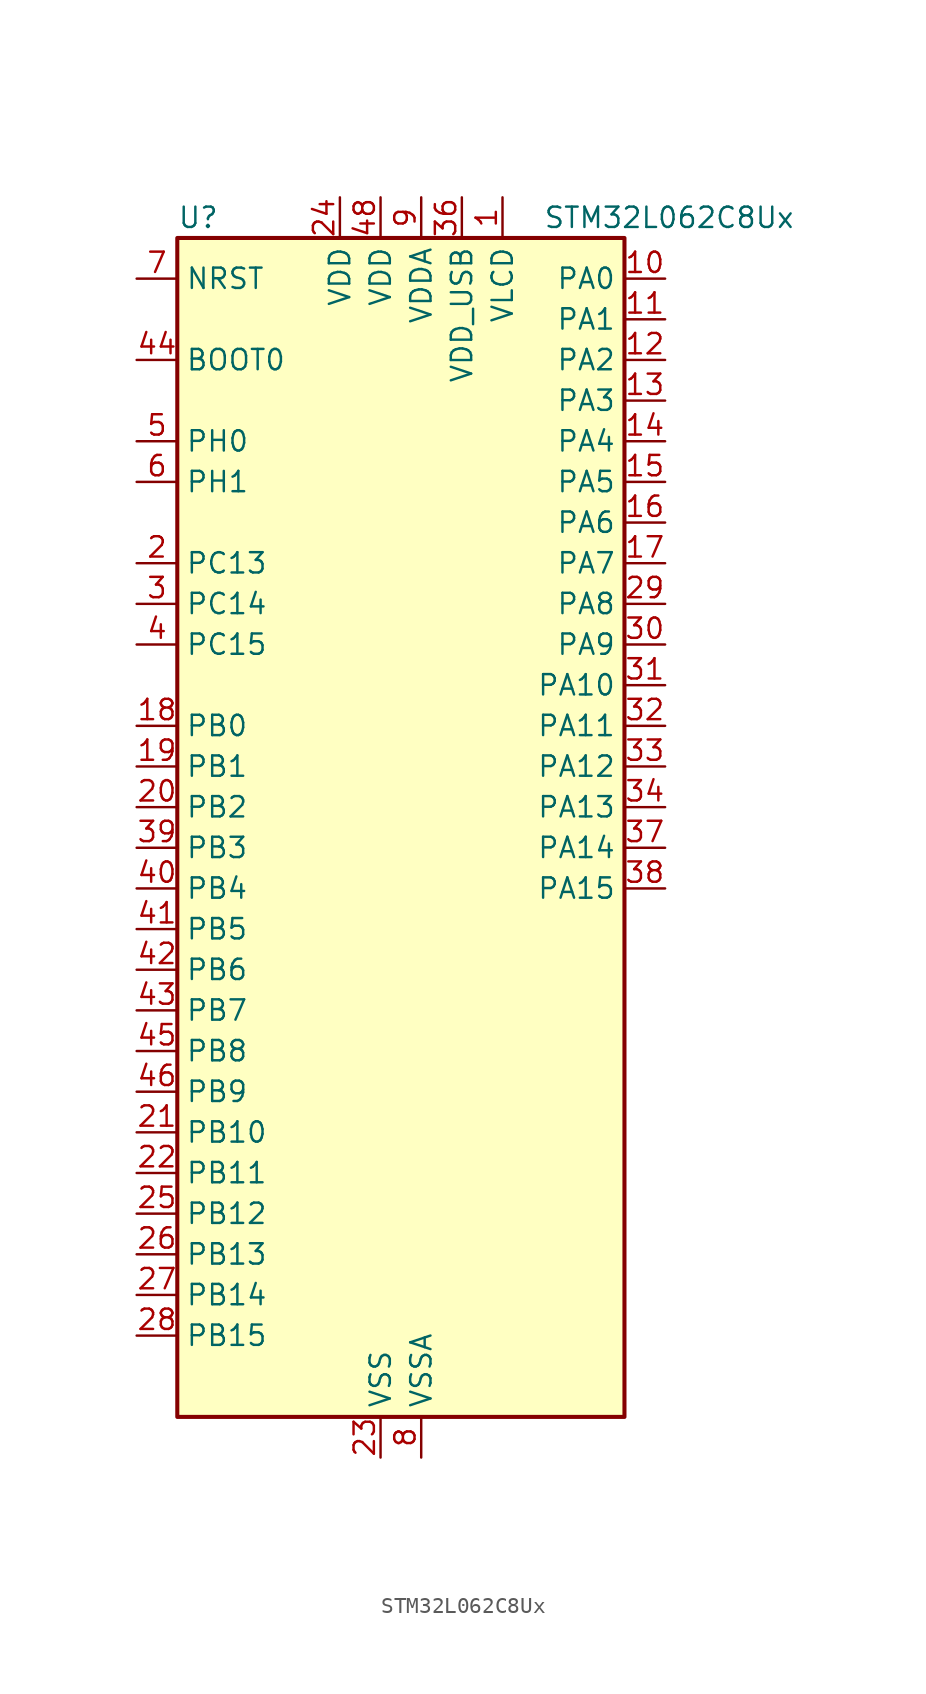
<source format=kicad_sym>
(kicad_symbol_lib
  (version 20231120)
  (generator "kicad_symbol_editor")
  (generator_version "8.0")
  (symbol "STM32L062C8Ux"
    (property "Reference" "U"
      (at -12.7 39.37 0)
      (effects (font (size 1.27 1.27)) (justify left)))
    (property "Value" "STM32L062C8Ux"
      (at 10.16 39.37 0)
      (effects (font (size 1.27 1.27)) (justify left)))
    (property "ki_locked" ""
      (at 0 0 0)
      (effects (font (size 1.27 1.27))))
    (symbol "STM32L062C8Ux_0_1"
      (rectangle (start -12.7 -35.56) (end 15.24 38.1) (stroke (width 0.254) (type default)) (fill (type background))))
    (symbol "STM32L062C8Ux_1_1"
      (pin power_in line (at 7.62 40.64 270) (length 2.54) (name "VLCD" (effects (font (size 1.27 1.27)))) (number "1" (effects (font (size 1.27 1.27)))))
      (pin bidirectional line (at 17.78 35.56 180) (length 2.54) (name "PA0" (effects (font (size 1.27 1.27)))) (number "10" (effects (font (size 1.27 1.27)))) (alternate "ADC_IN0" bidirectional line) (alternate "COMP1_INM" bidirectional line) (alternate "COMP1_OUT" bidirectional line) (alternate "RTC_TAMP2" bidirectional line) (alternate "SYS_WKUP1" bidirectional line) (alternate "TIM2_CH1" bidirectional line) (alternate "TIM2_ETR" bidirectional line) (alternate "TSC_G1_IO1" bidirectional line) (alternate "USART2_CTS" bidirectional line))
      (pin bidirectional line (at 17.78 33.02 180) (length 2.54) (name "PA1" (effects (font (size 1.27 1.27)))) (number "11" (effects (font (size 1.27 1.27)))) (alternate "ADC_IN1" bidirectional line) (alternate "COMP1_INP" bidirectional line) (alternate "TIM21_ETR" bidirectional line) (alternate "TIM2_CH2" bidirectional line) (alternate "TSC_G1_IO2" bidirectional line) (alternate "USART2_DE" bidirectional line) (alternate "USART2_RTS" bidirectional line))
      (pin bidirectional line (at 17.78 30.48 180) (length 2.54) (name "PA2" (effects (font (size 1.27 1.27)))) (number "12" (effects (font (size 1.27 1.27)))) (alternate "ADC_IN2" bidirectional line) (alternate "COMP2_INM" bidirectional line) (alternate "COMP2_OUT" bidirectional line) (alternate "TIM21_CH1" bidirectional line) (alternate "TIM2_CH3" bidirectional line) (alternate "TSC_G1_IO3" bidirectional line) (alternate "USART2_TX" bidirectional line))
      (pin bidirectional line (at 17.78 27.94 180) (length 2.54) (name "PA3" (effects (font (size 1.27 1.27)))) (number "13" (effects (font (size 1.27 1.27)))) (alternate "ADC_IN3" bidirectional line) (alternate "COMP2_INP" bidirectional line) (alternate "TIM21_CH2" bidirectional line) (alternate "TIM2_CH4" bidirectional line) (alternate "TSC_G1_IO4" bidirectional line) (alternate "USART2_RX" bidirectional line))
      (pin bidirectional line (at 17.78 25.4 180) (length 2.54) (name "PA4" (effects (font (size 1.27 1.27)))) (number "14" (effects (font (size 1.27 1.27)))) (alternate "ADC_IN4" bidirectional line) (alternate "COMP1_INM" bidirectional line) (alternate "COMP2_INM" bidirectional line) (alternate "DAC_OUT1" bidirectional line) (alternate "SPI1_NSS" bidirectional line) (alternate "TIM22_ETR" bidirectional line) (alternate "TSC_G2_IO1" bidirectional line) (alternate "USART2_CK" bidirectional line))
      (pin bidirectional line (at 17.78 22.86 180) (length 2.54) (name "PA5" (effects (font (size 1.27 1.27)))) (number "15" (effects (font (size 1.27 1.27)))) (alternate "ADC_IN5" bidirectional line) (alternate "COMP1_INM" bidirectional line) (alternate "COMP2_INM" bidirectional line) (alternate "SPI1_SCK" bidirectional line) (alternate "TIM2_CH1" bidirectional line) (alternate "TIM2_ETR" bidirectional line) (alternate "TSC_G2_IO2" bidirectional line))
      (pin bidirectional line (at 17.78 20.32 180) (length 2.54) (name "PA6" (effects (font (size 1.27 1.27)))) (number "16" (effects (font (size 1.27 1.27)))) (alternate "ADC_IN6" bidirectional line) (alternate "COMP1_OUT" bidirectional line) (alternate "LPUART1_CTS" bidirectional line) (alternate "SPI1_MISO" bidirectional line) (alternate "TIM22_CH1" bidirectional line) (alternate "TSC_G2_IO3" bidirectional line))
      (pin bidirectional line (at 17.78 17.78 180) (length 2.54) (name "PA7" (effects (font (size 1.27 1.27)))) (number "17" (effects (font (size 1.27 1.27)))) (alternate "ADC_IN7" bidirectional line) (alternate "COMP2_OUT" bidirectional line) (alternate "SPI1_MOSI" bidirectional line) (alternate "TIM22_CH2" bidirectional line) (alternate "TSC_G2_IO4" bidirectional line))
      (pin bidirectional line (at -15.24 7.62 0) (length 2.54) (name "PB0" (effects (font (size 1.27 1.27)))) (number "18" (effects (font (size 1.27 1.27)))) (alternate "ADC_IN8" bidirectional line) (alternate "SYS_VREF_OUT_PB0" bidirectional line) (alternate "TSC_G3_IO2" bidirectional line))
      (pin bidirectional line (at -15.24 5.08 0) (length 2.54) (name "PB1" (effects (font (size 1.27 1.27)))) (number "19" (effects (font (size 1.27 1.27)))) (alternate "ADC_IN9" bidirectional line) (alternate "LPUART1_DE" bidirectional line) (alternate "LPUART1_RTS" bidirectional line) (alternate "SYS_VREF_OUT_PB1" bidirectional line) (alternate "TSC_G3_IO3" bidirectional line))
      (pin bidirectional line (at -15.24 17.78 0) (length 2.54) (name "PC13" (effects (font (size 1.27 1.27)))) (number "2" (effects (font (size 1.27 1.27)))) (alternate "RTC_OUT_ALARM" bidirectional line) (alternate "RTC_OUT_CALIB" bidirectional line) (alternate "RTC_TAMP1" bidirectional line) (alternate "RTC_TS" bidirectional line) (alternate "SYS_WKUP2" bidirectional line))
      (pin bidirectional line (at -15.24 2.54 0) (length 2.54) (name "PB2" (effects (font (size 1.27 1.27)))) (number "20" (effects (font (size 1.27 1.27)))) (alternate "LPTIM1_OUT" bidirectional line) (alternate "TSC_G3_IO4" bidirectional line))
      (pin bidirectional line (at -15.24 -17.78 0) (length 2.54) (name "PB10" (effects (font (size 1.27 1.27)))) (number "21" (effects (font (size 1.27 1.27)))) (alternate "I2C2_SCL" bidirectional line) (alternate "LPUART1_TX" bidirectional line) (alternate "SPI2_SCK" bidirectional line) (alternate "TIM2_CH3" bidirectional line) (alternate "TSC_SYNC" bidirectional line))
      (pin bidirectional line (at -15.24 -20.32 0) (length 2.54) (name "PB11" (effects (font (size 1.27 1.27)))) (number "22" (effects (font (size 1.27 1.27)))) (alternate "ADC_EXTI11" bidirectional line) (alternate "I2C2_SDA" bidirectional line) (alternate "LPUART1_RX" bidirectional line) (alternate "TIM2_CH4" bidirectional line) (alternate "TSC_G6_IO1" bidirectional line))
      (pin power_in line (at 0 -38.1 90) (length 2.54) (name "VSS" (effects (font (size 1.27 1.27)))) (number "23" (effects (font (size 1.27 1.27)))))
      (pin power_in line (at -2.54 40.64 270) (length 2.54) (name "VDD" (effects (font (size 1.27 1.27)))) (number "24" (effects (font (size 1.27 1.27)))))
      (pin bidirectional line (at -15.24 -22.86 0) (length 2.54) (name "PB12" (effects (font (size 1.27 1.27)))) (number "25" (effects (font (size 1.27 1.27)))) (alternate "I2S2_WS" bidirectional line) (alternate "LPUART1_DE" bidirectional line) (alternate "LPUART1_RTS" bidirectional line) (alternate "SPI2_NSS" bidirectional line) (alternate "TSC_G6_IO2" bidirectional line))
      (pin bidirectional line (at -15.24 -25.4 0) (length 2.54) (name "PB13" (effects (font (size 1.27 1.27)))) (number "26" (effects (font (size 1.27 1.27)))) (alternate "I2C2_SCL" bidirectional line) (alternate "I2S2_CK" bidirectional line) (alternate "LPUART1_CTS" bidirectional line) (alternate "SPI2_SCK" bidirectional line) (alternate "TIM21_CH1" bidirectional line) (alternate "TSC_G6_IO3" bidirectional line))
      (pin bidirectional line (at -15.24 -27.94 0) (length 2.54) (name "PB14" (effects (font (size 1.27 1.27)))) (number "27" (effects (font (size 1.27 1.27)))) (alternate "I2C2_SDA" bidirectional line) (alternate "I2S2_MCK" bidirectional line) (alternate "LPUART1_DE" bidirectional line) (alternate "LPUART1_RTS" bidirectional line) (alternate "RTC_OUT_ALARM" bidirectional line) (alternate "RTC_OUT_CALIB" bidirectional line) (alternate "SPI2_MISO" bidirectional line) (alternate "TIM21_CH2" bidirectional line) (alternate "TSC_G6_IO4" bidirectional line))
      (pin bidirectional line (at -15.24 -30.48 0) (length 2.54) (name "PB15" (effects (font (size 1.27 1.27)))) (number "28" (effects (font (size 1.27 1.27)))) (alternate "I2S2_SD" bidirectional line) (alternate "RTC_REFIN" bidirectional line) (alternate "SPI2_MOSI" bidirectional line))
      (pin bidirectional line (at 17.78 15.24 180) (length 2.54) (name "PA8" (effects (font (size 1.27 1.27)))) (number "29" (effects (font (size 1.27 1.27)))) (alternate "CRS_SYNC" bidirectional line) (alternate "RCC_MCO" bidirectional line) (alternate "USART1_CK" bidirectional line))
      (pin bidirectional line (at -15.24 15.24 0) (length 2.54) (name "PC14" (effects (font (size 1.27 1.27)))) (number "3" (effects (font (size 1.27 1.27)))) (alternate "RCC_OSC32_IN" bidirectional line))
      (pin bidirectional line (at 17.78 12.7 180) (length 2.54) (name "PA9" (effects (font (size 1.27 1.27)))) (number "30" (effects (font (size 1.27 1.27)))) (alternate "DAC_EXTI9" bidirectional line) (alternate "RCC_MCO" bidirectional line) (alternate "TSC_G4_IO1" bidirectional line) (alternate "USART1_TX" bidirectional line))
      (pin bidirectional line (at 17.78 10.16 180) (length 2.54) (name "PA10" (effects (font (size 1.27 1.27)))) (number "31" (effects (font (size 1.27 1.27)))) (alternate "TSC_G4_IO2" bidirectional line) (alternate "USART1_RX" bidirectional line))
      (pin bidirectional line (at 17.78 7.62 180) (length 2.54) (name "PA11" (effects (font (size 1.27 1.27)))) (number "32" (effects (font (size 1.27 1.27)))) (alternate "ADC_EXTI11" bidirectional line) (alternate "COMP1_OUT" bidirectional line) (alternate "SPI1_MISO" bidirectional line) (alternate "TSC_G4_IO3" bidirectional line) (alternate "USART1_CTS" bidirectional line) (alternate "USB_DM" bidirectional line))
      (pin bidirectional line (at 17.78 5.08 180) (length 2.54) (name "PA12" (effects (font (size 1.27 1.27)))) (number "33" (effects (font (size 1.27 1.27)))) (alternate "COMP2_OUT" bidirectional line) (alternate "SPI1_MOSI" bidirectional line) (alternate "TSC_G4_IO4" bidirectional line) (alternate "USART1_DE" bidirectional line) (alternate "USART1_RTS" bidirectional line) (alternate "USB_DP" bidirectional line))
      (pin bidirectional line (at 17.78 2.54 180) (length 2.54) (name "PA13" (effects (font (size 1.27 1.27)))) (number "34" (effects (font (size 1.27 1.27)))) (alternate "SYS_SWDIO" bidirectional line) (alternate "USB_NOE" bidirectional line))
      (pin passive line (at 0 -38.1 90) (length 2.54) hide (name "VSS" (effects (font (size 1.27 1.27)))) (number "35" (effects (font (size 1.27 1.27)))))
      (pin power_in line (at 5.08 40.64 270) (length 2.54) (name "VDD_USB" (effects (font (size 1.27 1.27)))) (number "36" (effects (font (size 1.27 1.27)))))
      (pin bidirectional line (at 17.78 0 180) (length 2.54) (name "PA14" (effects (font (size 1.27 1.27)))) (number "37" (effects (font (size 1.27 1.27)))) (alternate "SYS_SWCLK" bidirectional line) (alternate "USART2_TX" bidirectional line))
      (pin bidirectional line (at 17.78 -2.54 180) (length 2.54) (name "PA15" (effects (font (size 1.27 1.27)))) (number "38" (effects (font (size 1.27 1.27)))) (alternate "SPI1_NSS" bidirectional line) (alternate "TIM2_CH1" bidirectional line) (alternate "TIM2_ETR" bidirectional line) (alternate "USART2_RX" bidirectional line))
      (pin bidirectional line (at -15.24 0 0) (length 2.54) (name "PB3" (effects (font (size 1.27 1.27)))) (number "39" (effects (font (size 1.27 1.27)))) (alternate "COMP2_INM" bidirectional line) (alternate "SPI1_SCK" bidirectional line) (alternate "TIM2_CH2" bidirectional line) (alternate "TSC_G5_IO1" bidirectional line))
      (pin bidirectional line (at -15.24 12.7 0) (length 2.54) (name "PC15" (effects (font (size 1.27 1.27)))) (number "4" (effects (font (size 1.27 1.27)))) (alternate "RCC_OSC32_OUT" bidirectional line))
      (pin bidirectional line (at -15.24 -2.54 0) (length 2.54) (name "PB4" (effects (font (size 1.27 1.27)))) (number "40" (effects (font (size 1.27 1.27)))) (alternate "COMP2_INP" bidirectional line) (alternate "SPI1_MISO" bidirectional line) (alternate "TIM22_CH1" bidirectional line) (alternate "TSC_G5_IO2" bidirectional line))
      (pin bidirectional line (at -15.24 -5.08 0) (length 2.54) (name "PB5" (effects (font (size 1.27 1.27)))) (number "41" (effects (font (size 1.27 1.27)))) (alternate "COMP2_INP" bidirectional line) (alternate "I2C1_SMBA" bidirectional line) (alternate "LPTIM1_IN1" bidirectional line) (alternate "SPI1_MOSI" bidirectional line) (alternate "TIM22_CH2" bidirectional line))
      (pin bidirectional line (at -15.24 -7.62 0) (length 2.54) (name "PB6" (effects (font (size 1.27 1.27)))) (number "42" (effects (font (size 1.27 1.27)))) (alternate "COMP2_INP" bidirectional line) (alternate "I2C1_SCL" bidirectional line) (alternate "LPTIM1_ETR" bidirectional line) (alternate "TSC_G5_IO3" bidirectional line) (alternate "USART1_TX" bidirectional line))
      (pin bidirectional line (at -15.24 -10.16 0) (length 2.54) (name "PB7" (effects (font (size 1.27 1.27)))) (number "43" (effects (font (size 1.27 1.27)))) (alternate "COMP2_INP" bidirectional line) (alternate "I2C1_SDA" bidirectional line) (alternate "LPTIM1_IN2" bidirectional line) (alternate "SYS_PVD_IN" bidirectional line) (alternate "TSC_G5_IO4" bidirectional line) (alternate "USART1_RX" bidirectional line))
      (pin input line (at -15.24 30.48 0) (length 2.54) (name "BOOT0" (effects (font (size 1.27 1.27)))) (number "44" (effects (font (size 1.27 1.27)))))
      (pin bidirectional line (at -15.24 -12.7 0) (length 2.54) (name "PB8" (effects (font (size 1.27 1.27)))) (number "45" (effects (font (size 1.27 1.27)))) (alternate "I2C1_SCL" bidirectional line) (alternate "TSC_SYNC" bidirectional line))
      (pin bidirectional line (at -15.24 -15.24 0) (length 2.54) (name "PB9" (effects (font (size 1.27 1.27)))) (number "46" (effects (font (size 1.27 1.27)))) (alternate "DAC_EXTI9" bidirectional line) (alternate "I2C1_SDA" bidirectional line) (alternate "I2S2_WS" bidirectional line) (alternate "SPI2_NSS" bidirectional line))
      (pin passive line (at 0 -38.1 90) (length 2.54) hide (name "VSS" (effects (font (size 1.27 1.27)))) (number "47" (effects (font (size 1.27 1.27)))))
      (pin power_in line (at 0 40.64 270) (length 2.54) (name "VDD" (effects (font (size 1.27 1.27)))) (number "48" (effects (font (size 1.27 1.27)))))
      (pin passive line (at 0 -38.1 90) (length 2.54) hide (name "VSS" (effects (font (size 1.27 1.27)))) (number "49" (effects (font (size 1.27 1.27)))))
      (pin bidirectional line (at -15.24 25.4 0) (length 2.54) (name "PH0" (effects (font (size 1.27 1.27)))) (number "5" (effects (font (size 1.27 1.27)))) (alternate "CRS_SYNC" bidirectional line) (alternate "RCC_OSC_IN" bidirectional line))
      (pin bidirectional line (at -15.24 22.86 0) (length 2.54) (name "PH1" (effects (font (size 1.27 1.27)))) (number "6" (effects (font (size 1.27 1.27)))) (alternate "RCC_OSC_OUT" bidirectional line))
      (pin input line (at -15.24 35.56 0) (length 2.54) (name "NRST" (effects (font (size 1.27 1.27)))) (number "7" (effects (font (size 1.27 1.27)))))
      (pin power_in line (at 2.54 -38.1 90) (length 2.54) (name "VSSA" (effects (font (size 1.27 1.27)))) (number "8" (effects (font (size 1.27 1.27)))))
      (pin power_in line (at 2.54 40.64 270) (length 2.54) (name "VDDA" (effects (font (size 1.27 1.27)))) (number "9" (effects (font (size 1.27 1.27))))))))
</source>
